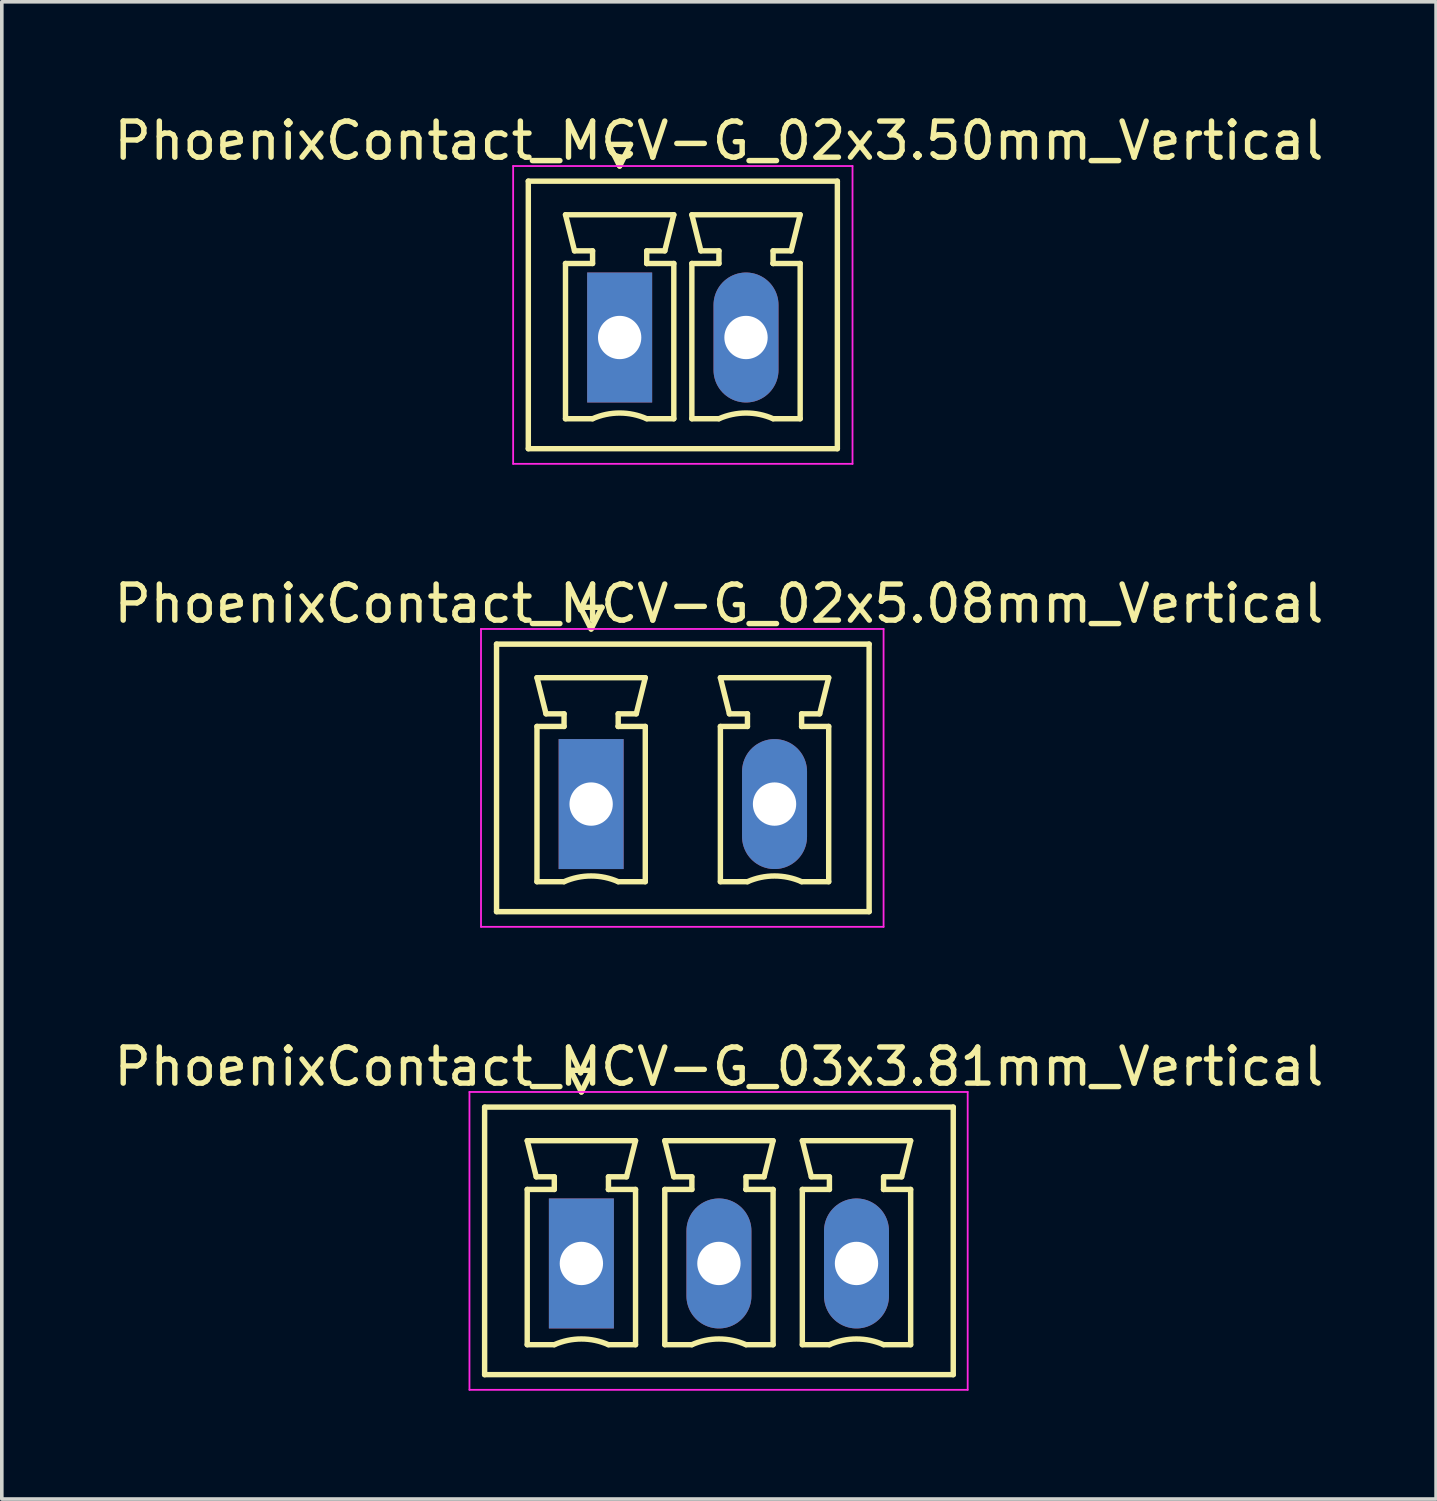
<source format=kicad_pcb>
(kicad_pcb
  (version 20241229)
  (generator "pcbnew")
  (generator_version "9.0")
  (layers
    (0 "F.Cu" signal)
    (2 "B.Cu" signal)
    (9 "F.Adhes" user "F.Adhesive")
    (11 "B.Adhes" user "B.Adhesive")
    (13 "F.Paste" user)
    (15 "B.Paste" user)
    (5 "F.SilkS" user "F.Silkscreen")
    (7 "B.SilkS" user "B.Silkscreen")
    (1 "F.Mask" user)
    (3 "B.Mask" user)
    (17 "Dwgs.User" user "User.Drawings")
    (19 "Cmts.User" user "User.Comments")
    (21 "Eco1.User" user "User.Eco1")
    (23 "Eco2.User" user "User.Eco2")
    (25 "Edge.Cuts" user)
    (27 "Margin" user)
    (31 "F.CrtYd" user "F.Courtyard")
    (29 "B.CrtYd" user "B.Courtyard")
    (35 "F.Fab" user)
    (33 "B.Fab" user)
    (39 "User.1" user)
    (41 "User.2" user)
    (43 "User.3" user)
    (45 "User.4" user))
  (footprint "PhoenixContact_MCV-G_02x3.50mm_Vertical"
    (layer "F.Cu")
    (at 14.113 6.298)
    (property "Reference" "PhoenixContact_MCV-G_02x3.50mm_Vertical" (at 2.75 -5.45 0) (layer "F.SilkS") (effects (font (size 1 1) (thickness 0.15))))
    (attr through_hole)
    (fp_line (start -2.53 -4.33) (end -2.53 3.08) (stroke (width 0.15) (type solid)) (layer "F.SilkS"))
    (fp_line (start -2.53 3.08) (end 6.03 3.08) (stroke (width 0.15) (type solid)) (layer "F.SilkS"))
    (fp_line (start -1.5 -3.4) (end 1.5 -3.4) (stroke (width 0.15) (type solid)) (layer "F.SilkS"))
    (fp_line (start -1.5 -2.05) (end -0.75 -2.05) (stroke (width 0.15) (type solid)) (layer "F.SilkS"))
    (fp_line (start -1.5 2.25) (end -1.5 -2.05) (stroke (width 0.15) (type solid)) (layer "F.SilkS"))
    (fp_line (start -1.25 -2.4) (end -1.5 -3.4) (stroke (width 0.15) (type solid)) (layer "F.SilkS"))
    (fp_line (start -0.75 -2.4) (end -1.25 -2.4) (stroke (width 0.15) (type solid)) (layer "F.SilkS"))
    (fp_line (start -0.75 -2.05) (end -0.75 -2.4) (stroke (width 0.15) (type solid)) (layer "F.SilkS"))
    (fp_line (start -0.75 2.25) (end -1.5 2.25) (stroke (width 0.15) (type solid)) (layer "F.SilkS"))
    (fp_line (start -0.3 -5.35) (end 0 -4.75) (stroke (width 0.15) (type solid)) (layer "F.SilkS"))
    (fp_line (start 0 -4.75) (end 0.3 -5.35) (stroke (width 0.15) (type solid)) (layer "F.SilkS"))
    (fp_line (start 0.3 -5.35) (end -0.3 -5.35) (stroke (width 0.15) (type solid)) (layer "F.SilkS"))
    (fp_line (start 0.75 -2.4) (end 0.75 -2.05) (stroke (width 0.15) (type solid)) (layer "F.SilkS"))
    (fp_line (start 0.75 -2.05) (end 0.75 -2.05) (stroke (width 0.15) (type solid)) (layer "F.SilkS"))
    (fp_line (start 0.75 -2.05) (end 1.5 -2.05) (stroke (width 0.15) (type solid)) (layer "F.SilkS"))
    (fp_line (start 1.25 -2.4) (end 0.75 -2.4) (stroke (width 0.15) (type solid)) (layer "F.SilkS"))
    (fp_line (start 1.5 -3.4) (end 1.25 -2.4) (stroke (width 0.15) (type solid)) (layer "F.SilkS"))
    (fp_line (start 1.5 -2.05) (end 1.5 2.25) (stroke (width 0.15) (type solid)) (layer "F.SilkS"))
    (fp_line (start 1.5 2.25) (end 0.75 2.25) (stroke (width 0.15) (type solid)) (layer "F.SilkS"))
    (fp_line (start 2 -3.4) (end 5 -3.4) (stroke (width 0.15) (type solid)) (layer "F.SilkS"))
    (fp_line (start 2 -2.05) (end 2.75 -2.05) (stroke (width 0.15) (type solid)) (layer "F.SilkS"))
    (fp_line (start 2 2.25) (end 2 -2.05) (stroke (width 0.15) (type solid)) (layer "F.SilkS"))
    (fp_line (start 2.25 -2.4) (end 2 -3.4) (stroke (width 0.15) (type solid)) (layer "F.SilkS"))
    (fp_line (start 2.75 -2.4) (end 2.25 -2.4) (stroke (width 0.15) (type solid)) (layer "F.SilkS"))
    (fp_line (start 2.75 -2.05) (end 2.75 -2.4) (stroke (width 0.15) (type solid)) (layer "F.SilkS"))
    (fp_line (start 2.75 2.25) (end 2 2.25) (stroke (width 0.15) (type solid)) (layer "F.SilkS"))
    (fp_line (start 4.25 -2.4) (end 4.25 -2.05) (stroke (width 0.15) (type solid)) (layer "F.SilkS"))
    (fp_line (start 4.25 -2.05) (end 4.25 -2.05) (stroke (width 0.15) (type solid)) (layer "F.SilkS"))
    (fp_line (start 4.25 -2.05) (end 5 -2.05) (stroke (width 0.15) (type solid)) (layer "F.SilkS"))
    (fp_line (start 4.75 -2.4) (end 4.25 -2.4) (stroke (width 0.15) (type solid)) (layer "F.SilkS"))
    (fp_line (start 5 -3.4) (end 4.75 -2.4) (stroke (width 0.15) (type solid)) (layer "F.SilkS"))
    (fp_line (start 5 -2.05) (end 5 2.25) (stroke (width 0.15) (type solid)) (layer "F.SilkS"))
    (fp_line (start 5 2.25) (end 4.25 2.25) (stroke (width 0.15) (type solid)) (layer "F.SilkS"))
    (fp_line (start 6.03 -4.33) (end -2.53 -4.33) (stroke (width 0.15) (type solid)) (layer "F.SilkS"))
    (fp_line (start 6.03 3.08) (end 6.03 -4.33) (stroke (width 0.15) (type solid)) (layer "F.SilkS"))
    (fp_arc (start -0.75 2.25) (mid -0.000193 2.09191) (end 0.749647 2.249844) (stroke (width 0.15) (type solid)) (layer "F.SilkS"))
    (fp_arc (start 2.75 2.25) (mid 3.499807 2.09191) (end 4.249647 2.249844) (stroke (width 0.15) (type solid)) (layer "F.SilkS"))
    (fp_line (start -2.95 -4.75) (end -2.95 3.5) (stroke (width 0.05) (type solid)) (layer "F.CrtYd"))
    (fp_line (start -2.95 3.5) (end 6.45 3.5) (stroke (width 0.05) (type solid)) (layer "F.CrtYd"))
    (fp_line (start 6.45 -4.75) (end -2.95 -4.75) (stroke (width 0.05) (type solid)) (layer "F.CrtYd"))
    (fp_line (start 6.45 3.5) (end 6.45 -4.75) (stroke (width 0.05) (type solid)) (layer "F.CrtYd"))
    (pad "1" thru_hole rect (at 0 0) (size 1.8 3.6) (drill 1.2) (layers "*.Cu" "*.Mask"))
    (pad "2" thru_hole oval (at 3.5 0) (size 1.8 3.6) (drill 1.2) (layers "*.Cu" "*.Mask")))
  (footprint "PhoenixContact_MCV-G_03x3.81mm_Vertical"
    (layer "F.Cu")
    (at 13.053 31.945)
    (property "Reference" "PhoenixContact_MCV-G_03x3.81mm_Vertical" (at 3.81 -5.45 0) (layer "F.SilkS") (effects (font (size 1 1) (thickness 0.15))))
    (attr through_hole)
    (fp_line (start -2.68 -4.33) (end -2.68 3.08) (stroke (width 0.15) (type solid)) (layer "F.SilkS"))
    (fp_line (start -2.68 3.08) (end 10.3 3.08) (stroke (width 0.15) (type solid)) (layer "F.SilkS"))
    (fp_line (start -1.5 -3.4) (end 1.5 -3.4) (stroke (width 0.15) (type solid)) (layer "F.SilkS"))
    (fp_line (start -1.5 -2.05) (end -0.75 -2.05) (stroke (width 0.15) (type solid)) (layer "F.SilkS"))
    (fp_line (start -1.5 2.25) (end -1.5 -2.05) (stroke (width 0.15) (type solid)) (layer "F.SilkS"))
    (fp_line (start -1.25 -2.4) (end -1.5 -3.4) (stroke (width 0.15) (type solid)) (layer "F.SilkS"))
    (fp_line (start -0.75 -2.4) (end -1.25 -2.4) (stroke (width 0.15) (type solid)) (layer "F.SilkS"))
    (fp_line (start -0.75 -2.05) (end -0.75 -2.4) (stroke (width 0.15) (type solid)) (layer "F.SilkS"))
    (fp_line (start -0.75 2.25) (end -1.5 2.25) (stroke (width 0.15) (type solid)) (layer "F.SilkS"))
    (fp_line (start -0.3 -5.35) (end 0 -4.75) (stroke (width 0.15) (type solid)) (layer "F.SilkS"))
    (fp_line (start 0 -4.75) (end 0.3 -5.35) (stroke (width 0.15) (type solid)) (layer "F.SilkS"))
    (fp_line (start 0.3 -5.35) (end -0.3 -5.35) (stroke (width 0.15) (type solid)) (layer "F.SilkS"))
    (fp_line (start 0.75 -2.4) (end 0.75 -2.05) (stroke (width 0.15) (type solid)) (layer "F.SilkS"))
    (fp_line (start 0.75 -2.05) (end 0.75 -2.05) (stroke (width 0.15) (type solid)) (layer "F.SilkS"))
    (fp_line (start 0.75 -2.05) (end 1.5 -2.05) (stroke (width 0.15) (type solid)) (layer "F.SilkS"))
    (fp_line (start 1.25 -2.4) (end 0.75 -2.4) (stroke (width 0.15) (type solid)) (layer "F.SilkS"))
    (fp_line (start 1.5 -3.4) (end 1.25 -2.4) (stroke (width 0.15) (type solid)) (layer "F.SilkS"))
    (fp_line (start 1.5 -2.05) (end 1.5 2.25) (stroke (width 0.15) (type solid)) (layer "F.SilkS"))
    (fp_line (start 1.5 2.25) (end 0.75 2.25) (stroke (width 0.15) (type solid)) (layer "F.SilkS"))
    (fp_line (start 2.31 -3.4) (end 5.31 -3.4) (stroke (width 0.15) (type solid)) (layer "F.SilkS"))
    (fp_line (start 2.31 -2.05) (end 3.06 -2.05) (stroke (width 0.15) (type solid)) (layer "F.SilkS"))
    (fp_line (start 2.31 2.25) (end 2.31 -2.05) (stroke (width 0.15) (type solid)) (layer "F.SilkS"))
    (fp_line (start 2.56 -2.4) (end 2.31 -3.4) (stroke (width 0.15) (type solid)) (layer "F.SilkS"))
    (fp_line (start 3.06 -2.4) (end 2.56 -2.4) (stroke (width 0.15) (type solid)) (layer "F.SilkS"))
    (fp_line (start 3.06 -2.05) (end 3.06 -2.4) (stroke (width 0.15) (type solid)) (layer "F.SilkS"))
    (fp_line (start 3.06 2.25) (end 2.31 2.25) (stroke (width 0.15) (type solid)) (layer "F.SilkS"))
    (fp_line (start 4.56 -2.4) (end 4.56 -2.05) (stroke (width 0.15) (type solid)) (layer "F.SilkS"))
    (fp_line (start 4.56 -2.05) (end 4.56 -2.05) (stroke (width 0.15) (type solid)) (layer "F.SilkS"))
    (fp_line (start 4.56 -2.05) (end 5.31 -2.05) (stroke (width 0.15) (type solid)) (layer "F.SilkS"))
    (fp_line (start 5.06 -2.4) (end 4.56 -2.4) (stroke (width 0.15) (type solid)) (layer "F.SilkS"))
    (fp_line (start 5.31 -3.4) (end 5.06 -2.4) (stroke (width 0.15) (type solid)) (layer "F.SilkS"))
    (fp_line (start 5.31 -2.05) (end 5.31 2.25) (stroke (width 0.15) (type solid)) (layer "F.SilkS"))
    (fp_line (start 5.31 2.25) (end 4.56 2.25) (stroke (width 0.15) (type solid)) (layer "F.SilkS"))
    (fp_line (start 6.12 -3.4) (end 9.12 -3.4) (stroke (width 0.15) (type solid)) (layer "F.SilkS"))
    (fp_line (start 6.12 -2.05) (end 6.87 -2.05) (stroke (width 0.15) (type solid)) (layer "F.SilkS"))
    (fp_line (start 6.12 2.25) (end 6.12 -2.05) (stroke (width 0.15) (type solid)) (layer "F.SilkS"))
    (fp_line (start 6.37 -2.4) (end 6.12 -3.4) (stroke (width 0.15) (type solid)) (layer "F.SilkS"))
    (fp_line (start 6.87 -2.4) (end 6.37 -2.4) (stroke (width 0.15) (type solid)) (layer "F.SilkS"))
    (fp_line (start 6.87 -2.05) (end 6.87 -2.4) (stroke (width 0.15) (type solid)) (layer "F.SilkS"))
    (fp_line (start 6.87 2.25) (end 6.12 2.25) (stroke (width 0.15) (type solid)) (layer "F.SilkS"))
    (fp_line (start 8.37 -2.4) (end 8.37 -2.05) (stroke (width 0.15) (type solid)) (layer "F.SilkS"))
    (fp_line (start 8.37 -2.05) (end 8.37 -2.05) (stroke (width 0.15) (type solid)) (layer "F.SilkS"))
    (fp_line (start 8.37 -2.05) (end 9.12 -2.05) (stroke (width 0.15) (type solid)) (layer "F.SilkS"))
    (fp_line (start 8.87 -2.4) (end 8.37 -2.4) (stroke (width 0.15) (type solid)) (layer "F.SilkS"))
    (fp_line (start 9.12 -3.4) (end 8.87 -2.4) (stroke (width 0.15) (type solid)) (layer "F.SilkS"))
    (fp_line (start 9.12 -2.05) (end 9.12 2.25) (stroke (width 0.15) (type solid)) (layer "F.SilkS"))
    (fp_line (start 9.12 2.25) (end 8.37 2.25) (stroke (width 0.15) (type solid)) (layer "F.SilkS"))
    (fp_line (start 10.3 -4.33) (end -2.68 -4.33) (stroke (width 0.15) (type solid)) (layer "F.SilkS"))
    (fp_line (start 10.3 3.08) (end 10.3 -4.33) (stroke (width 0.15) (type solid)) (layer "F.SilkS"))
    (fp_arc (start -0.75 2.25) (mid -0.000193 2.09191) (end 0.749647 2.249844) (stroke (width 0.15) (type solid)) (layer "F.SilkS"))
    (fp_arc (start 3.06 2.25) (mid 3.809807 2.09191) (end 4.559647 2.249844) (stroke (width 0.15) (type solid)) (layer "F.SilkS"))
    (fp_arc (start 6.87 2.25) (mid 7.619807 2.09191) (end 8.369647 2.249844) (stroke (width 0.15) (type solid)) (layer "F.SilkS"))
    (fp_line (start -3.1 -4.75) (end -3.1 3.5) (stroke (width 0.05) (type solid)) (layer "F.CrtYd"))
    (fp_line (start -3.1 3.5) (end 10.7 3.5) (stroke (width 0.05) (type solid)) (layer "F.CrtYd"))
    (fp_line (start 10.7 -4.75) (end -3.1 -4.75) (stroke (width 0.05) (type solid)) (layer "F.CrtYd"))
    (fp_line (start 10.7 3.5) (end 10.7 -4.75) (stroke (width 0.05) (type solid)) (layer "F.CrtYd"))
    (pad "1" thru_hole rect (at 0 0) (size 1.8 3.6) (drill 1.2) (layers "*.Cu" "*.Mask"))
    (pad "2" thru_hole oval (at 3.81 0) (size 1.8 3.6) (drill 1.2) (layers "*.Cu" "*.Mask"))
    (pad "3" thru_hole oval (at 7.62 0) (size 1.8 3.6) (drill 1.2) (layers "*.Cu" "*.Mask")))
  (footprint "PhoenixContact_MCV-G_02x5.08mm_Vertical"
    (layer "F.Cu")
    (at 13.323 19.221)
    (property "Reference" "PhoenixContact_MCV-G_02x5.08mm_Vertical" (at 3.54 -5.55 0) (layer "F.SilkS") (effects (font (size 1 1) (thickness 0.15))))
    (attr through_hole)
    (fp_line (start -2.62 -4.43) (end -2.62 2.98) (stroke (width 0.15) (type solid)) (layer "F.SilkS"))
    (fp_line (start -2.62 2.98) (end 7.7 2.98) (stroke (width 0.15) (type solid)) (layer "F.SilkS"))
    (fp_line (start -1.5 -3.5) (end 1.5 -3.5) (stroke (width 0.15) (type solid)) (layer "F.SilkS"))
    (fp_line (start -1.5 -2.15) (end -0.75 -2.15) (stroke (width 0.15) (type solid)) (layer "F.SilkS"))
    (fp_line (start -1.5 2.15) (end -1.5 -2.15) (stroke (width 0.15) (type solid)) (layer "F.SilkS"))
    (fp_line (start -1.25 -2.5) (end -1.5 -3.5) (stroke (width 0.15) (type solid)) (layer "F.SilkS"))
    (fp_line (start -0.75 -2.5) (end -1.25 -2.5) (stroke (width 0.15) (type solid)) (layer "F.SilkS"))
    (fp_line (start -0.75 -2.15) (end -0.75 -2.5) (stroke (width 0.15) (type solid)) (layer "F.SilkS"))
    (fp_line (start -0.75 2.15) (end -1.5 2.15) (stroke (width 0.15) (type solid)) (layer "F.SilkS"))
    (fp_line (start -0.3 -5.45) (end 0 -4.85) (stroke (width 0.15) (type solid)) (layer "F.SilkS"))
    (fp_line (start 0 -4.85) (end 0.3 -5.45) (stroke (width 0.15) (type solid)) (layer "F.SilkS"))
    (fp_line (start 0.3 -5.45) (end -0.3 -5.45) (stroke (width 0.15) (type solid)) (layer "F.SilkS"))
    (fp_line (start 0.75 -2.5) (end 0.75 -2.15) (stroke (width 0.15) (type solid)) (layer "F.SilkS"))
    (fp_line (start 0.75 -2.15) (end 0.75 -2.15) (stroke (width 0.15) (type solid)) (layer "F.SilkS"))
    (fp_line (start 0.75 -2.15) (end 1.5 -2.15) (stroke (width 0.15) (type solid)) (layer "F.SilkS"))
    (fp_line (start 1.25 -2.5) (end 0.75 -2.5) (stroke (width 0.15) (type solid)) (layer "F.SilkS"))
    (fp_line (start 1.5 -3.5) (end 1.25 -2.5) (stroke (width 0.15) (type solid)) (layer "F.SilkS"))
    (fp_line (start 1.5 -2.15) (end 1.5 2.15) (stroke (width 0.15) (type solid)) (layer "F.SilkS"))
    (fp_line (start 1.5 2.15) (end 0.75 2.15) (stroke (width 0.15) (type solid)) (layer "F.SilkS"))
    (fp_line (start 3.58 -3.5) (end 6.58 -3.5) (stroke (width 0.15) (type solid)) (layer "F.SilkS"))
    (fp_line (start 3.58 -2.15) (end 4.33 -2.15) (stroke (width 0.15) (type solid)) (layer "F.SilkS"))
    (fp_line (start 3.58 2.15) (end 3.58 -2.15) (stroke (width 0.15) (type solid)) (layer "F.SilkS"))
    (fp_line (start 3.83 -2.5) (end 3.58 -3.5) (stroke (width 0.15) (type solid)) (layer "F.SilkS"))
    (fp_line (start 4.33 -2.5) (end 3.83 -2.5) (stroke (width 0.15) (type solid)) (layer "F.SilkS"))
    (fp_line (start 4.33 -2.15) (end 4.33 -2.5) (stroke (width 0.15) (type solid)) (layer "F.SilkS"))
    (fp_line (start 4.33 2.15) (end 3.58 2.15) (stroke (width 0.15) (type solid)) (layer "F.SilkS"))
    (fp_line (start 5.83 -2.5) (end 5.83 -2.15) (stroke (width 0.15) (type solid)) (layer "F.SilkS"))
    (fp_line (start 5.83 -2.15) (end 5.83 -2.15) (stroke (width 0.15) (type solid)) (layer "F.SilkS"))
    (fp_line (start 5.83 -2.15) (end 6.58 -2.15) (stroke (width 0.15) (type solid)) (layer "F.SilkS"))
    (fp_line (start 6.33 -2.5) (end 5.83 -2.5) (stroke (width 0.15) (type solid)) (layer "F.SilkS"))
    (fp_line (start 6.58 -3.5) (end 6.33 -2.5) (stroke (width 0.15) (type solid)) (layer "F.SilkS"))
    (fp_line (start 6.58 -2.15) (end 6.58 2.15) (stroke (width 0.15) (type solid)) (layer "F.SilkS"))
    (fp_line (start 6.58 2.15) (end 5.83 2.15) (stroke (width 0.15) (type solid)) (layer "F.SilkS"))
    (fp_line (start 7.7 -4.43) (end -2.62 -4.43) (stroke (width 0.15) (type solid)) (layer "F.SilkS"))
    (fp_line (start 7.7 2.98) (end 7.7 -4.43) (stroke (width 0.15) (type solid)) (layer "F.SilkS"))
    (fp_arc (start -0.75 2.15) (mid -0.000193 1.99191) (end 0.749647 2.149844) (stroke (width 0.15) (type solid)) (layer "F.SilkS"))
    (fp_arc (start 4.33 2.15) (mid 5.079807 1.99191) (end 5.829647 2.149844) (stroke (width 0.15) (type solid)) (layer "F.SilkS"))
    (fp_line (start -3.05 -4.85) (end -3.05 3.4) (stroke (width 0.05) (type solid)) (layer "F.CrtYd"))
    (fp_line (start -3.05 3.4) (end 8.1 3.4) (stroke (width 0.05) (type solid)) (layer "F.CrtYd"))
    (fp_line (start 8.1 -4.85) (end -3.05 -4.85) (stroke (width 0.05) (type solid)) (layer "F.CrtYd"))
    (fp_line (start 8.1 3.4) (end 8.1 -4.85) (stroke (width 0.05) (type solid)) (layer "F.CrtYd"))
    (pad "1" thru_hole rect (at 0 0) (size 1.8 3.6) (drill 1.2) (layers "*.Cu" "*.Mask"))
    (pad "2" thru_hole oval (at 5.08 0) (size 1.8 3.6) (drill 1.2) (layers "*.Cu" "*.Mask")))
  (gr_rect
    (start -3 -3)
    (end 36.726 38.47)
    (stroke (width 0.1) (type default))
    (fill no)
    (layer "Edge.Cuts")))
</source>
